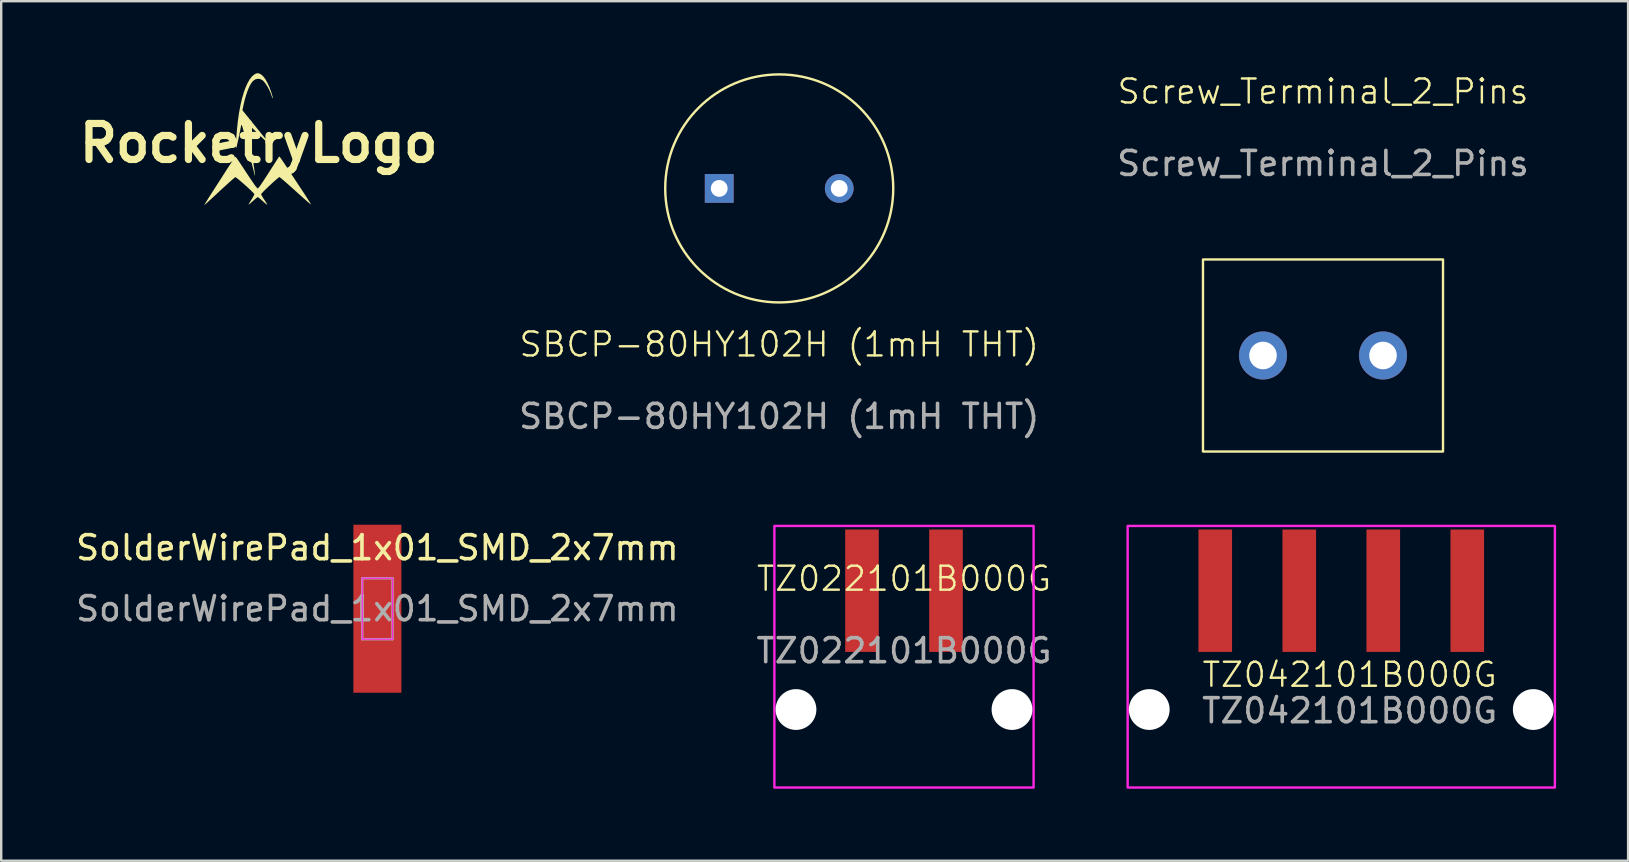
<source format=kicad_pcb>
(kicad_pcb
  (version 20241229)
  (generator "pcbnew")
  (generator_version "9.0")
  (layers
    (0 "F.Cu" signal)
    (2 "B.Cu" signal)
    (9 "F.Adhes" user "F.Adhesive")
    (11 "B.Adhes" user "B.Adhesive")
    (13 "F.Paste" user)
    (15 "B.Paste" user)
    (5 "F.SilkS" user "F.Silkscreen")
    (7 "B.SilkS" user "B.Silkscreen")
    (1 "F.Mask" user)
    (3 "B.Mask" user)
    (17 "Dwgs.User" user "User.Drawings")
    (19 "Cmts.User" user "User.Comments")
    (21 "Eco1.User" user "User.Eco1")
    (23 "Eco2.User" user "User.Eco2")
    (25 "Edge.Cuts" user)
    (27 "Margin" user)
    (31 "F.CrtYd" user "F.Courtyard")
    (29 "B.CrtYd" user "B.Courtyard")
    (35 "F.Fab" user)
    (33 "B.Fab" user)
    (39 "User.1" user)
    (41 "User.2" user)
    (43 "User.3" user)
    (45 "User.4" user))
  (footprint "Screw_Terminal_2_Pins"
    (layer "F.Cu")
    (at 52.07 11.761)
    (property "Reference" "Screw_Terminal_2_Pins" (at 0 -11 0) (unlocked yes) (layer "F.SilkS") (effects (font (size 1 1) (thickness 0.1))))
    (attr smd)
    (fp_rect (start -5 -4) (end 5 4) (stroke (width 0.1) (type default)) (fill no) (layer "F.SilkS"))
    (fp_text user "${REFERENCE}" (at 0 -8 0) (unlocked yes) (layer "F.Fab") (effects (font (size 1 1) (thickness 0.15))))
    (pad "1" thru_hole circle (at 2.5 0) (size 2 2) (drill 1.15) (layers "*.Cu" "*.Mask"))
    (pad "2" thru_hole circle (at -2.5 0) (size 2 2) (drill 1.15) (layers "*.Cu" "*.Mask")))
  (footprint "RocketryLogo"
    (layer "F.Cu")
    (at 7.729 2.916)
    (property "Reference" "RocketryLogo" (at 0 0 0) (layer "F.SilkS") (effects (font (size 1.5 1.5) (thickness 0.3))))
    (attr board_only exclude_from_pos_files exclude_from_bom)
    (fp_poly (pts (xy 0.005 -2.908) (xy 0.02 -2.904) (xy 0.107 -2.859) (xy 0.195 -2.776) (xy 0.282 -2.659) (xy 0.366 -2.509) (xy 0.447 -2.33) (xy 0.523 -2.123) (xy 0.587 -1.908) (xy 0.593 -1.875) (xy 0.586 -1.872) (xy 0.571 -1.893) (xy 0.552 -1.933) (xy 0.536 -1.978) (xy 0.485 -2.117) (xy 0.42 -2.255) (xy 0.348 -2.385) (xy 0.273 -2.497) (xy 0.199 -2.585) (xy 0.152 -2.626) (xy 0.056 -2.674) (xy -0.045 -2.684) (xy -0.143 -2.658) (xy -0.234 -2.596) (xy -0.267 -2.562) (xy -0.335 -2.463) (xy -0.403 -2.331) (xy -0.469 -2.17) (xy -0.532 -1.985) (xy -0.589 -1.782) (xy -0.639 -1.566) (xy -0.646 -1.536) (xy -0.678 -1.372) (xy -0.385 -1.009) (xy -0.276 -0.875) (xy -0.153 -0.723) (xy -0.025 -0.564) (xy 0.098 -0.412) (xy 0.203 -0.283) (xy 0.285 -0.181) (xy 0.357 -0.09) (xy 0.416 -0.015) (xy 0.458 0.041) (xy 0.481 0.073) (xy 0.484 0.079) (xy 0.466 0.07) (xy 0.428 0.039) (xy 0.369 -0.013) (xy 0.288 -0.089) (xy 0.184 -0.19) (xy 0.054 -0.317) (xy -0.061 -0.43) (xy -0.158 -0.525) (xy -0.247 -0.611) (xy -0.323 -0.682) (xy -0.382 -0.735) (xy -0.421 -0.767) (xy -0.433 -0.775) (xy -0.452 -0.758) (xy -0.457 -0.73) (xy -0.454 -0.703) (xy -0.445 -0.639) (xy -0.432 -0.544) (xy -0.414 -0.422) (xy -0.392 -0.276) (xy -0.367 -0.11) (xy -0.339 0.072) (xy -0.309 0.267) (xy -0.3 0.328) (xy -0.262 0.573) (xy -0.23 0.781) (xy -0.204 0.954) (xy -0.184 1.093) (xy -0.169 1.2) (xy -0.159 1.278) (xy -0.154 1.328) (xy -0.154 1.352) (xy -0.158 1.353) (xy -0.166 1.331) (xy -0.167 1.329) (xy -0.173 1.305) (xy -0.188 1.246) (xy -0.211 1.156) (xy -0.24 1.038) (xy -0.275 0.897) (xy -0.316 0.735) (xy -0.36 0.556) (xy -0.408 0.364) (xy -0.43 0.273) (xy -0.495 0.015) (xy -0.551 -0.207) (xy -0.599 -0.392) (xy -0.639 -0.539) (xy -0.67 -0.648) (xy -0.693 -0.72) (xy -0.707 -0.753) (xy -0.71 -0.755) (xy -0.733 -0.746) (xy -0.735 -0.74) (xy -0.739 -0.709) (xy -0.75 -0.647) (xy -0.767 -0.561) (xy -0.788 -0.457) (xy -0.812 -0.343) (xy -0.837 -0.224) (xy -0.862 -0.108) (xy -0.886 -0.000416) (xy -0.908 0.091) (xy -0.925 0.161) (xy -0.936 0.201) (xy -0.939 0.209) (xy -0.946 0.199) (xy -0.949 0.153) (xy -0.949 0.077) (xy -0.945 -0.026) (xy -0.939 -0.151) (xy -0.929 -0.294) (xy -0.917 -0.45) (xy -0.902 -0.616) (xy -0.902 -0.616) (xy -0.865 -0.957) (xy -0.818 -1.277) (xy -0.762 -1.575) (xy -0.699 -1.848) (xy -0.628 -2.095) (xy -0.551 -2.313) (xy -0.467 -2.501) (xy -0.379 -2.655) (xy -0.286 -2.776) (xy -0.189 -2.859) (xy -0.149 -2.882) (xy -0.088 -2.908) (xy -0.043 -2.916)) (stroke (width 0) (type solid)) (fill yes) (layer "F.SilkS"))
    (fp_poly (pts (xy 0.871 0.567) (xy 0.894 0.593) (xy 0.927 0.638) (xy 0.973 0.704) (xy 1.034 0.794) (xy 1.112 0.911) (xy 1.209 1.058) (xy 1.22 1.073) (xy 1.308 1.208) (xy 1.412 1.366) (xy 1.525 1.537) (xy 1.641 1.713) (xy 1.753 1.883) (xy 1.846 2.023) (xy 1.93 2.151) (xy 2.006 2.269) (xy 2.071 2.372) (xy 2.124 2.456) (xy 2.16 2.517) (xy 2.179 2.551) (xy 2.18 2.557) (xy 2.164 2.546) (xy 2.121 2.511) (xy 2.055 2.455) (xy 1.969 2.38) (xy 1.865 2.289) (xy 1.748 2.184) (xy 1.619 2.068) (xy 1.532 1.989) (xy 1.397 1.868) (xy 1.27 1.755) (xy 1.155 1.653) (xy 1.055 1.566) (xy 0.972 1.495) (xy 0.91 1.445) (xy 0.873 1.416) (xy 0.863 1.411) (xy 0.839 1.424) (xy 0.792 1.461) (xy 0.727 1.516) (xy 0.647 1.586) (xy 0.559 1.666) (xy 0.467 1.751) (xy 0.376 1.838) (xy 0.29 1.92) (xy 0.215 1.995) (xy 0.155 2.057) (xy 0.115 2.102) (xy 0.099 2.125) (xy 0.099 2.125) (xy 0.11 2.154) (xy 0.139 2.207) (xy 0.181 2.277) (xy 0.229 2.35) (xy 0.279 2.428) (xy 0.321 2.495) (xy 0.348 2.543) (xy 0.358 2.565) (xy 0.344 2.561) (xy 0.307 2.534) (xy 0.252 2.488) (xy 0.184 2.428) (xy 0.172 2.417) (xy 0.099 2.352) (xy 0.036 2.299) (xy -0.012 2.262) (xy -0.038 2.246) (xy -0.039 2.246) (xy -0.062 2.259) (xy -0.108 2.293) (xy -0.17 2.345) (xy -0.24 2.408) (xy -0.241 2.408) (xy -0.309 2.47) (xy -0.367 2.519) (xy -0.408 2.552) (xy -0.425 2.562) (xy -0.425 2.562) (xy -0.418 2.543) (xy -0.393 2.498) (xy -0.354 2.433) (xy -0.305 2.355) (xy -0.256 2.274) (xy -0.216 2.203) (xy -0.191 2.15) (xy -0.184 2.123) (xy -0.2 2.098) (xy -0.241 2.053) (xy -0.303 1.991) (xy -0.38 1.917) (xy -0.468 1.836) (xy -0.562 1.751) (xy -0.657 1.667) (xy -0.747 1.589) (xy -0.829 1.52) (xy -0.897 1.465) (xy -0.947 1.429) (xy -0.973 1.415) (xy -0.975 1.415) (xy -0.996 1.43) (xy -1.044 1.468) (xy -1.113 1.529) (xy -1.203 1.608) (xy -1.308 1.703) (xy -1.427 1.811) (xy -1.555 1.929) (xy -1.629 1.997) (xy -1.761 2.12) (xy -1.884 2.234) (xy -1.995 2.336) (xy -2.092 2.424) (xy -2.17 2.496) (xy -2.228 2.547) (xy -2.261 2.575) (xy -2.268 2.581) (xy -2.262 2.566) (xy -2.238 2.523) (xy -2.197 2.455) (xy -2.142 2.366) (xy -2.076 2.26) (xy -2.001 2.142) (xy -1.995 2.133) (xy -1.906 1.995) (xy -1.802 1.833) (xy -1.689 1.656) (xy -1.572 1.475) (xy -1.458 1.297) (xy -1.353 1.133) (xy -1.344 1.118) (xy -1.258 0.985) (xy -1.178 0.863) (xy -1.107 0.757) (xy -1.047 0.671) (xy -1.002 0.607) (xy -0.973 0.571) (xy -0.964 0.563) (xy -0.949 0.581) (xy -0.915 0.628) (xy -0.864 0.701) (xy -0.799 0.797) (xy -0.723 0.911) (xy -0.637 1.041) (xy -0.544 1.181) (xy -0.527 1.208) (xy -0.433 1.35) (xy -0.345 1.481) (xy -0.266 1.598) (xy -0.198 1.697) (xy -0.144 1.773) (xy -0.106 1.824) (xy -0.086 1.847) (xy -0.084 1.847) (xy -0.061 1.861) (xy -0.06 1.868) (xy -0.055 1.887) (xy -0.041 1.886) (xy -0.015 1.863) (xy 0.024 1.817) (xy 0.077 1.745) (xy 0.145 1.646) (xy 0.23 1.518) (xy 0.333 1.359) (xy 0.418 1.227) (xy 0.511 1.082) (xy 0.598 0.947) (xy 0.675 0.826) (xy 0.741 0.723) (xy 0.794 0.642) (xy 0.83 0.586) (xy 0.848 0.558) (xy 0.849 0.556) (xy 0.857 0.556)) (stroke (width 0) (type solid)) (fill yes) (layer "F.SilkS")))
  (footprint "TZ042101B000G"
    (layer "F.Cu")
    (at 52.831 21.561)
    (property "Reference" "TZ042101B000G" (at 0.35 3.5 0) (unlocked yes) (layer "F.SilkS") (effects (font (size 1 1) (thickness 0.1))))
    (attr smd)
    (fp_rect (start -8.9 -2.7) (end 8.9 8.2) (stroke (width 0.1) (type default)) (fill no) (layer "F.CrtYd"))
    (fp_text user "${REFERENCE}" (at 0.35 5 0) (unlocked yes) (layer "F.Fab") (effects (font (size 1 1) (thickness 0.15))))
    (pad "" np_thru_hole circle (at -8 4.95) (size 1.7 1.7) (drill 1.7) (layers "*.Cu" "*.Mask"))
    (pad "" np_thru_hole circle (at 8 4.95) (size 1.7 1.7) (drill 1.7) (layers "*.Cu" "*.Mask"))
    (pad "1" smd rect (at -5.25 0) (size 1.4 5.1) (layers "F.Cu" "F.Mask" "F.Paste"))
    (pad "2" smd rect (at -1.75 0) (size 1.4 5.1) (layers "F.Cu" "F.Mask" "F.Paste"))
    (pad "3" smd rect (at 1.75 0) (size 1.4 5.1) (layers "F.Cu" "F.Mask" "F.Paste"))
    (pad "4" smd rect (at 5.25 0) (size 1.4 5.1) (layers "F.Cu" "F.Mask" "F.Paste")))
  (footprint "SolderWirePad_1x01_SMD_2x7mm"
    (layer "F.Cu")
    (at 12.673 22.311)
    (property "Reference" "SolderWirePad_1x01_SMD_2x7mm" (at 0 -2.54 0) (layer "F.SilkS") (effects (font (size 1 1) (thickness 0.15))))
    (attr exclude_from_pos_files exclude_from_bom)
    (fp_line (start -0.63 -1.27) (end -0.63 1.27) (stroke (width 0.05) (type solid)) (layer "F.CrtYd"))
    (fp_line (start -0.63 1.27) (end 0.63 1.27) (stroke (width 0.05) (type solid)) (layer "F.CrtYd"))
    (fp_line (start 0.63 -1.27) (end -0.63 -1.27) (stroke (width 0.05) (type solid)) (layer "F.CrtYd"))
    (fp_line (start 0.63 1.27) (end 0.63 -1.27) (stroke (width 0.05) (type solid)) (layer "F.CrtYd"))
    (fp_line (start -0.63 -1.27) (end 0.63 -1.27) (stroke (width 0.1) (type solid)) (layer "F.Fab"))
    (fp_line (start -0.63 1.27) (end -0.63 -1.27) (stroke (width 0.1) (type solid)) (layer "F.Fab"))
    (fp_line (start 0.63 -1.27) (end 0.63 1.27) (stroke (width 0.1) (type solid)) (layer "F.Fab"))
    (fp_line (start 0.63 1.27) (end -0.63 1.27) (stroke (width 0.1) (type solid)) (layer "F.Fab"))
    (fp_text user "${REFERENCE}" (at 0 0 0) (layer "F.Fab") (effects (font (size 1 1) (thickness 0.15))))
    (pad "1" smd rect (at 0 0) (size 2 7) (layers "F.Cu" "F.Mask" "F.Paste")))
  (footprint "SBCP-80HY102H (1mH THT)"
    (layer "F.Cu")
    (at 29.415 4.8)
    (property "Reference" "SBCP-80HY102H (1mH THT)" (at 0 6.5 0) (unlocked yes) (layer "F.SilkS") (effects (font (size 1 1) (thickness 0.1))))
    (attr through_hole)
    (fp_circle (center 0 0) (end 4.75 0) (stroke (width 0.1) (type default)) (fill no) (layer "F.SilkS"))
    (fp_text user "${REFERENCE}" (at 0 9.5 0) (unlocked yes) (layer "F.Fab") (effects (font (size 1 1) (thickness 0.15))))
    (pad "1" thru_hole rect (at -2.5 0) (size 1.2 1.2) (drill 0.7) (layers "*.Cu" "*.Mask"))
    (pad "2" thru_hole circle (at 2.5 0) (size 1.2 1.2) (drill 0.7) (layers "*.Cu" "*.Mask")))
  (footprint "TZ022101B000G"
    (layer "F.Cu")
    (at 34.613 21.561)
    (property "Reference" "TZ022101B000G" (at 0 -0.5 0) (unlocked yes) (layer "F.SilkS") (effects (font (size 1 1) (thickness 0.1))))
    (attr smd)
    (fp_rect (start -5.4 -2.7) (end 5.4 8.2) (stroke (width 0.1) (type default)) (fill no) (layer "F.CrtYd"))
    (fp_text user "${REFERENCE}" (at 0 2.5 0) (unlocked yes) (layer "F.Fab") (effects (font (size 1 1) (thickness 0.15))))
    (pad "" np_thru_hole circle (at -4.5 4.95) (size 1.7 1.7) (drill 1.7) (layers "*.Cu" "*.Mask"))
    (pad "" np_thru_hole circle (at 4.5 4.95) (size 1.7 1.7) (drill 1.7) (layers "*.Cu" "*.Mask"))
    (pad "1" smd rect (at -1.75 0) (size 1.4 5.1) (layers "F.Cu" "F.Mask" "F.Paste"))
    (pad "2" smd rect (at 1.75 0) (size 1.4 5.1) (layers "F.Cu" "F.Mask" "F.Paste")))
  (gr_rect
    (start -3 -3)
    (end 64.781 32.81)
    (stroke (width 0.1) (type default))
    (fill no)
    (layer "Edge.Cuts")))
</source>
